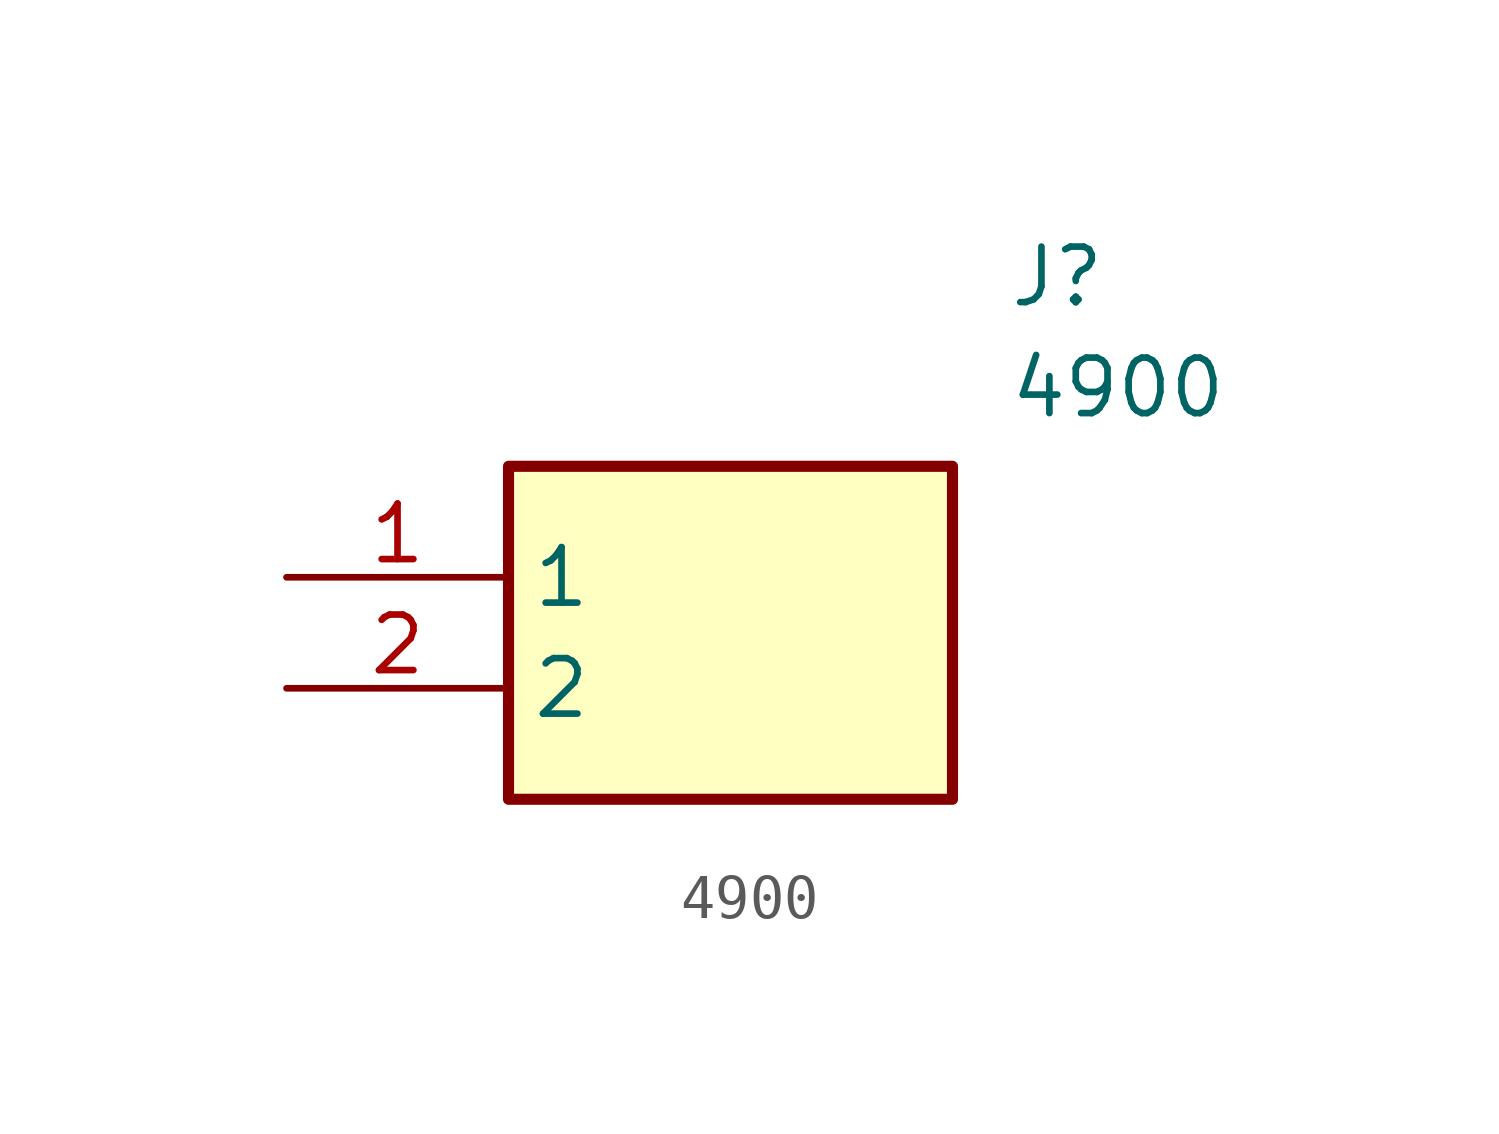
<source format=kicad_sym>
(kicad_symbol_lib
  (version 20211014)
  (generator SamacSys_ECAD_Model)
  (symbol "4900"
    (property "Reference" "J"
      (at 16.51 7.62 0)
      (effects (font (size 1.27 1.27)) (justify left top)))
    (property "Value" "4900"
      (at 16.51 5.08 0)
      (effects (font (size 1.27 1.27)) (justify left top)))
    (rectangle
      (start 5.08 2.54)
      (end 15.24 -5.08)
      (stroke (width 0.254) (type default))
      (fill (type background)))
    (pin passive line
      (at 0 0 0)
      (length 5.08)
      (name "1" (effects (font (size 1.27 1.27))))
      (number "1" (effects (font (size 1.27 1.27)))))
    (pin passive line
      (at 0 -2.54 0)
      (length 5.08)
      (name "2" (effects (font (size 1.27 1.27))))
      (number "2" (effects (font (size 1.27 1.27)))))))
</source>
